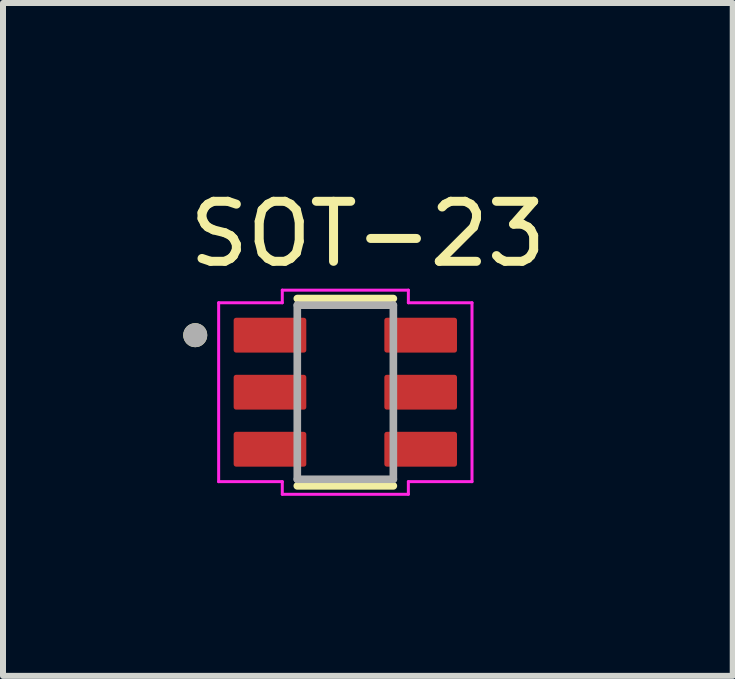
<source format=kicad_pcb>
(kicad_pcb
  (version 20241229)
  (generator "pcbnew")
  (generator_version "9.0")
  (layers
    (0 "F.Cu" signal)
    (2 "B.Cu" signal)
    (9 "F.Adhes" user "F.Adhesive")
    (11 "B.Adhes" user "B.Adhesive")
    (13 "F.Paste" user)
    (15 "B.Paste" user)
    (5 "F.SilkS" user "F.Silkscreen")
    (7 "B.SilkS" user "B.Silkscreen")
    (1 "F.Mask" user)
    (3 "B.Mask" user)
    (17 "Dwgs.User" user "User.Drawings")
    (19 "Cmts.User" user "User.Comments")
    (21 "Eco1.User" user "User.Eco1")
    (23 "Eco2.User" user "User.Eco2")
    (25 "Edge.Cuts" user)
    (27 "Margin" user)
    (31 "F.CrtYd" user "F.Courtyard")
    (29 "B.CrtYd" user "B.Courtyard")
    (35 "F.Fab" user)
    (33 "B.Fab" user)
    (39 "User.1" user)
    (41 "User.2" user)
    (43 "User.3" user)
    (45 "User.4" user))
  (footprint "SOT-23"
    (layer "F.Cu")
    (at 2.702 3.483)
    (property "Reference" "SOT-23" (at 0.375 -2.635 0) (layer "F.SilkS") (effects (font (size 1 1) (thickness 0.15))))
    (attr through_hole)
    (fp_line (start -0.8 1.56) (end 0.8 1.56) (stroke (width 0.127) (type solid)) (layer "F.SilkS"))
    (fp_line (start 0.8 -1.56) (end -0.8 -1.56) (stroke (width 0.127) (type solid)) (layer "F.SilkS"))
    (fp_circle (center -2.5 -0.95) (end -2.4 -0.95) (stroke (width 0.2) (type solid)) (fill no) (layer "F.SilkS"))
    (fp_line (start -2.11 -1.49) (end -2.11 1.49) (stroke (width 0.05) (type solid)) (layer "F.CrtYd"))
    (fp_line (start -2.11 -1.49) (end -1.05 -1.49) (stroke (width 0.05) (type solid)) (layer "F.CrtYd"))
    (fp_line (start -2.11 1.49) (end -1.05 1.49) (stroke (width 0.05) (type solid)) (layer "F.CrtYd"))
    (fp_line (start -1.05 -1.49) (end -1.05 -1.7) (stroke (width 0.05) (type solid)) (layer "F.CrtYd"))
    (fp_line (start -1.05 1.49) (end -1.05 1.7) (stroke (width 0.05) (type solid)) (layer "F.CrtYd"))
    (fp_line (start -1.05 1.7) (end 1.05 1.7) (stroke (width 0.05) (type solid)) (layer "F.CrtYd"))
    (fp_line (start 1.05 -1.7) (end -1.05 -1.7) (stroke (width 0.05) (type solid)) (layer "F.CrtYd"))
    (fp_line (start 1.05 -1.49) (end 1.05 -1.7) (stroke (width 0.05) (type solid)) (layer "F.CrtYd"))
    (fp_line (start 1.05 1.49) (end 1.05 1.7) (stroke (width 0.05) (type solid)) (layer "F.CrtYd"))
    (fp_line (start 2.11 -1.49) (end 1.05 -1.49) (stroke (width 0.05) (type solid)) (layer "F.CrtYd"))
    (fp_line (start 2.11 1.49) (end 1.05 1.49) (stroke (width 0.05) (type solid)) (layer "F.CrtYd"))
    (fp_line (start 2.11 1.49) (end 2.11 -1.49) (stroke (width 0.05) (type solid)) (layer "F.CrtYd"))
    (fp_line (start -0.8 -1.45) (end -0.8 1.45) (stroke (width 0.127) (type solid)) (layer "F.Fab"))
    (fp_line (start -0.8 1.45) (end 0.8 1.45) (stroke (width 0.127) (type solid)) (layer "F.Fab"))
    (fp_line (start 0.8 -1.45) (end -0.8 -1.45) (stroke (width 0.127) (type solid)) (layer "F.Fab"))
    (fp_line (start 0.8 1.45) (end 0.8 -1.45) (stroke (width 0.127) (type solid)) (layer "F.Fab"))
    (fp_circle (center -2.5 -0.95) (end -2.4 -0.95) (stroke (width 0.2) (type solid)) (fill no) (layer "F.Fab"))
    (pad "1" smd roundrect (at -1.255 -0.95) (size 1.21 0.58) (layers "F.Cu" "F.Mask" "F.Paste") (roundrect_rratio 0.07))
    (pad "2" smd roundrect (at -1.255 0) (size 1.21 0.58) (layers "F.Cu" "F.Mask" "F.Paste") (roundrect_rratio 0.07))
    (pad "3" smd roundrect (at -1.255 0.95) (size 1.21 0.58) (layers "F.Cu" "F.Mask" "F.Paste") (roundrect_rratio 0.07))
    (pad "4" smd roundrect (at 1.255 0.95) (size 1.21 0.58) (layers "F.Cu" "F.Mask" "F.Paste") (roundrect_rratio 0.07))
    (pad "5" smd roundrect (at 1.255 0) (size 1.21 0.58) (layers "F.Cu" "F.Mask" "F.Paste") (roundrect_rratio 0.07))
    (pad "6" smd roundrect (at 1.255 -0.95) (size 1.21 0.58) (layers "F.Cu" "F.Mask" "F.Paste") (roundrect_rratio 0.07)))
  (gr_rect
    (start -3 -3)
    (end 9.155 8.208)
    (stroke (width 0.1) (type default))
    (fill no)
    (layer "Edge.Cuts")))
</source>
